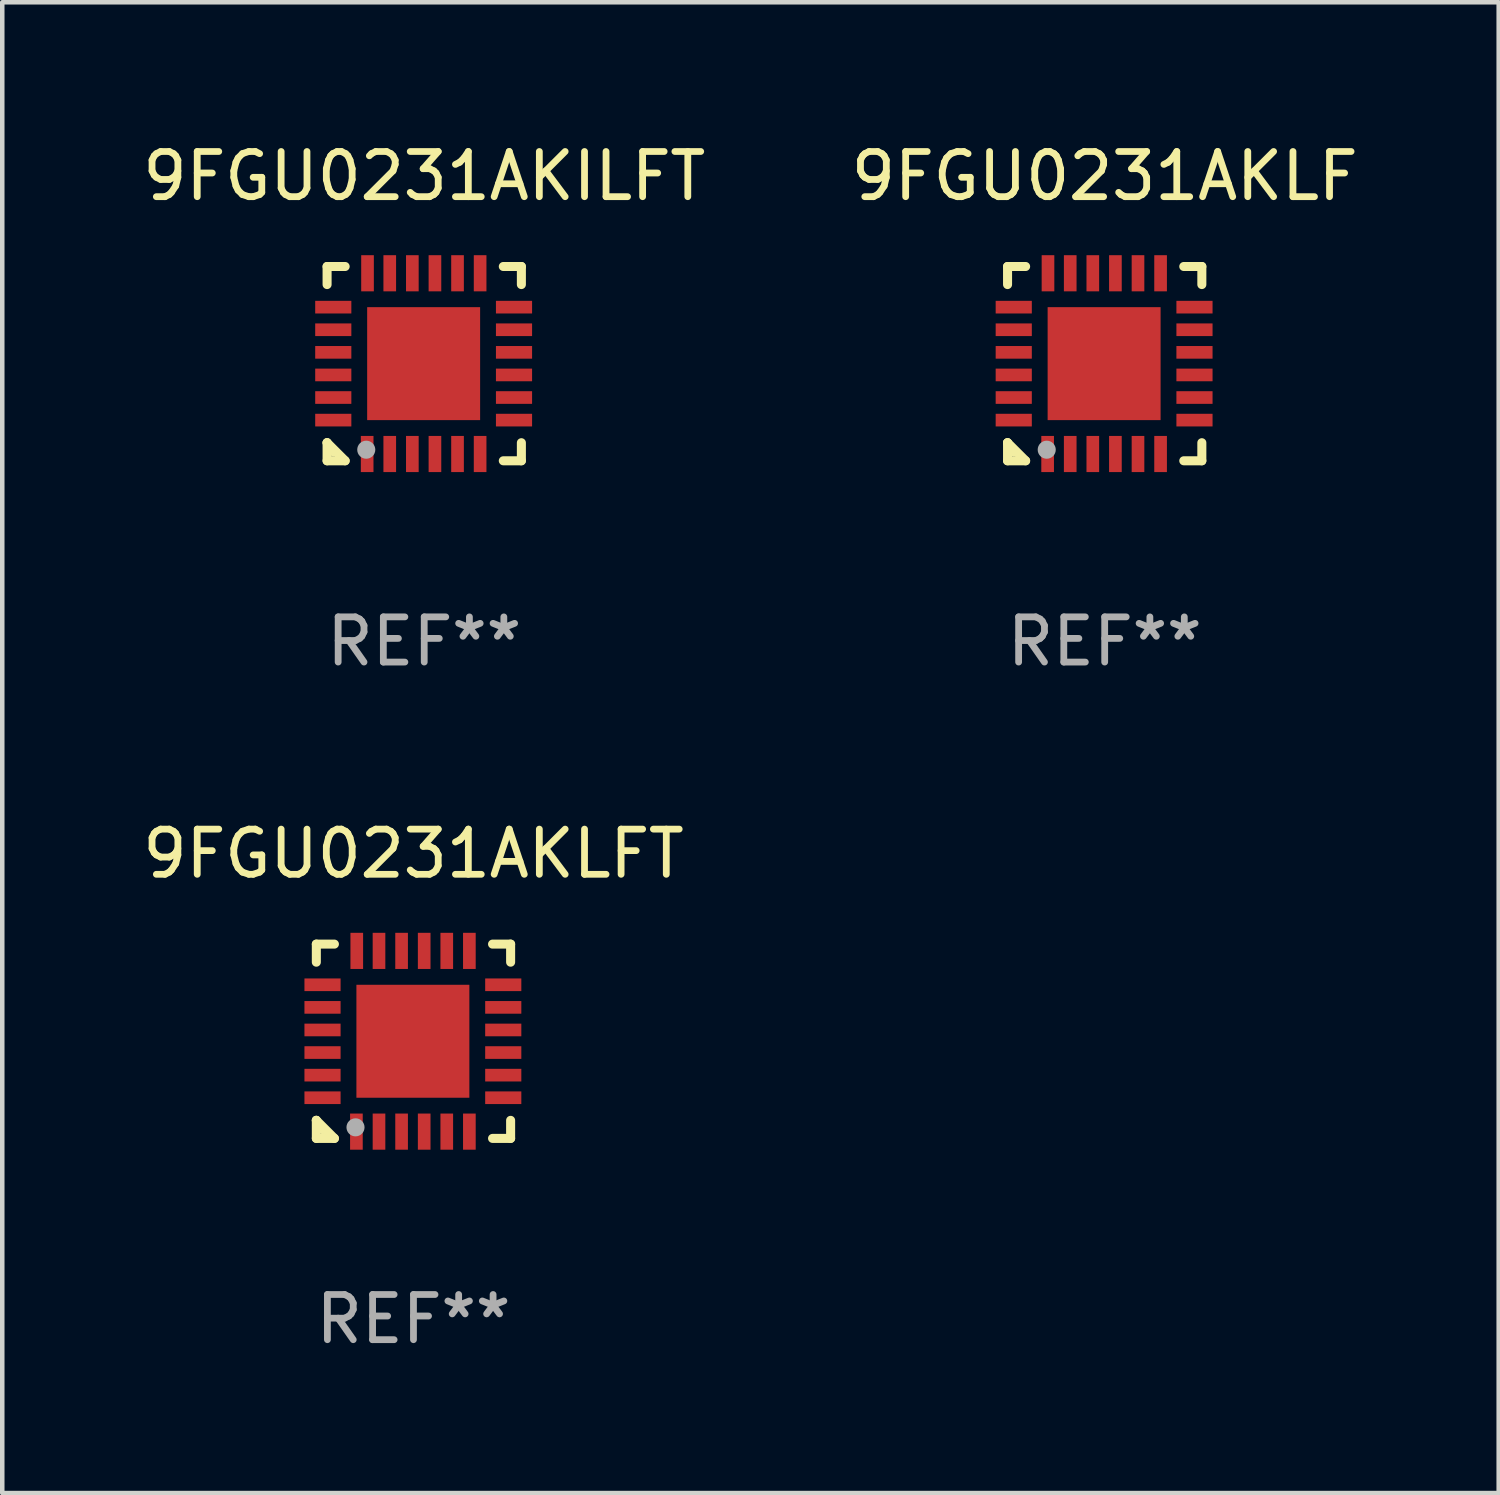
<source format=kicad_pcb>
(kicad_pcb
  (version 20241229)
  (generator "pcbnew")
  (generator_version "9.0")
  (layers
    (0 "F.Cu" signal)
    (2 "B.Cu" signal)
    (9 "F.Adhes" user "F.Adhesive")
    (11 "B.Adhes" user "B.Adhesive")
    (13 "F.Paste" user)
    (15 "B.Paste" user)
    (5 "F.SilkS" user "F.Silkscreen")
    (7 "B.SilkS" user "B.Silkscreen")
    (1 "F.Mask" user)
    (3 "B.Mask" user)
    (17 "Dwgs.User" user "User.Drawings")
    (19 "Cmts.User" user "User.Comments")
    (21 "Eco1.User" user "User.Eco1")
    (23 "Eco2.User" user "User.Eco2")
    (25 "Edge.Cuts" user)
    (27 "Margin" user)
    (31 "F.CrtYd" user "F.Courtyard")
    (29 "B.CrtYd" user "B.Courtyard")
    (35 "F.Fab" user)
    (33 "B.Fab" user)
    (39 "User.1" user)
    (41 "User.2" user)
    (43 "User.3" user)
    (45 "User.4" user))
  (footprint "9FGU0231AKLFT"
    (layer "F.Cu")
    (at 6.101 19.995)
    (property "Reference" "9FGU0231AKLFT" (at 0 -4.15 0) (layer "F.SilkS") (effects (font (size 1 1) (thickness 0.15))))
    (attr through_hole)
    (fp_line (start -2.15 -2.15) (end -1.75 -2.15) (stroke (width 0.2) (type solid)) (layer "F.SilkS"))
    (fp_line (start -2.15 -1.75) (end -2.15 -2.15) (stroke (width 0.2) (type solid)) (layer "F.SilkS"))
    (fp_line (start -2.15 1.75) (end -2.15 1.75) (stroke (width 0.2) (type solid)) (layer "F.SilkS"))
    (fp_line (start -2.15 1.75) (end -1.75 2.15) (stroke (width 0.2) (type solid)) (layer "F.SilkS"))
    (fp_line (start -2.15 2.15) (end -2.15 1.75) (stroke (width 0.2) (type solid)) (layer "F.SilkS"))
    (fp_line (start -1.75 2.15) (end -2.15 2.15) (stroke (width 0.2) (type solid)) (layer "F.SilkS"))
    (fp_line (start 2.15 -2.15) (end 1.75 -2.15) (stroke (width 0.2) (type solid)) (layer "F.SilkS"))
    (fp_line (start 2.15 -1.75) (end 2.15 -2.15) (stroke (width 0.2) (type solid)) (layer "F.SilkS"))
    (fp_line (start 2.15 1.75) (end 2.15 2.15) (stroke (width 0.2) (type solid)) (layer "F.SilkS"))
    (fp_line (start 2.15 2.15) (end 1.75 2.15) (stroke (width 0.2) (type solid)) (layer "F.SilkS"))
    (fp_circle (center -2.013 2) (end -1.983 2) (stroke (width 0.06) (type solid)) (fill no) (layer "F.SilkS"))
    (fp_circle (center -1.283 1.905) (end -1.183 1.905) (stroke (width 0.2) (type solid)) (fill no) (layer "F.Fab"))
    (fp_text user "REF**" (at 0 6.15 0) (layer "F.Fab") (effects (font (size 1 1) (thickness 0.15))))
    (pad "1" smd rect (at -1.263 2 180) (size 0.28 0.8) (layers "F.Cu" "F.Mask" "F.Paste"))
    (pad "2" smd rect (at -0.763 2 180) (size 0.28 0.8) (layers "F.Cu" "F.Mask" "F.Paste"))
    (pad "3" smd rect (at -0.263 2 180) (size 0.28 0.8) (layers "F.Cu" "F.Mask" "F.Paste"))
    (pad "4" smd rect (at 0.237 2 180) (size 0.28 0.8) (layers "F.Cu" "F.Mask" "F.Paste"))
    (pad "5" smd rect (at 0.737 2 180) (size 0.28 0.8) (layers "F.Cu" "F.Mask" "F.Paste"))
    (pad "6" smd rect (at 1.237 2 180) (size 0.28 0.8) (layers "F.Cu" "F.Mask" "F.Paste"))
    (pad "7" smd rect (at 1.987 1.25 90) (size 0.28 0.8) (layers "F.Cu" "F.Mask" "F.Paste"))
    (pad "8" smd rect (at 1.987 0.75 90) (size 0.28 0.8) (layers "F.Cu" "F.Mask" "F.Paste"))
    (pad "9" smd rect (at 1.987 0.25 90) (size 0.28 0.8) (layers "F.Cu" "F.Mask" "F.Paste"))
    (pad "10" smd rect (at 1.987 -0.25 90) (size 0.28 0.8) (layers "F.Cu" "F.Mask" "F.Paste"))
    (pad "11" smd rect (at 1.987 -0.75 90) (size 0.28 0.8) (layers "F.Cu" "F.Mask" "F.Paste"))
    (pad "12" smd rect (at 1.987 -1.25 90) (size 0.28 0.8) (layers "F.Cu" "F.Mask" "F.Paste"))
    (pad "13" smd rect (at 1.237 -2 180) (size 0.28 0.8) (layers "F.Cu" "F.Mask" "F.Paste"))
    (pad "14" smd rect (at 0.737 -2 180) (size 0.28 0.8) (layers "F.Cu" "F.Mask" "F.Paste"))
    (pad "15" smd rect (at 0.237 -2 180) (size 0.28 0.8) (layers "F.Cu" "F.Mask" "F.Paste"))
    (pad "16" smd rect (at -0.263 -2 180) (size 0.28 0.8) (layers "F.Cu" "F.Mask" "F.Paste"))
    (pad "17" smd rect (at -0.763 -2 180) (size 0.28 0.8) (layers "F.Cu" "F.Mask" "F.Paste"))
    (pad "18" smd rect (at -1.255 -2 180) (size 0.28 0.8) (layers "F.Cu" "F.Mask" "F.Paste"))
    (pad "19" smd rect (at -2.013 -1.25 90) (size 0.28 0.8) (layers "F.Cu" "F.Mask" "F.Paste"))
    (pad "20" smd rect (at -2.013 -0.75 90) (size 0.28 0.8) (layers "F.Cu" "F.Mask" "F.Paste"))
    (pad "21" smd rect (at -2.013 -0.25 90) (size 0.28 0.8) (layers "F.Cu" "F.Mask" "F.Paste"))
    (pad "22" smd rect (at -2.013 0.25 90) (size 0.28 0.8) (layers "F.Cu" "F.Mask" "F.Paste"))
    (pad "23" smd rect (at -2.013 0.75 90) (size 0.28 0.8) (layers "F.Cu" "F.Mask" "F.Paste"))
    (pad "24" smd rect (at -2.013 1.25 90) (size 0.28 0.8) (layers "F.Cu" "F.Mask" "F.Paste"))
    (pad "25" smd rect (at -0.013 0 90) (size 2.5 2.5) (layers "F.Cu" "F.Mask" "F.Paste")))
  (footprint "9FGU0231AKLF"
    (layer "F.Cu")
    (at 21.399 4.998)
    (property "Reference" "9FGU0231AKLF" (at 0 -4.15 0) (layer "F.SilkS") (effects (font (size 1 1) (thickness 0.15))))
    (attr through_hole)
    (fp_line (start -2.15 -2.15) (end -1.75 -2.15) (stroke (width 0.2) (type solid)) (layer "F.SilkS"))
    (fp_line (start -2.15 -1.75) (end -2.15 -2.15) (stroke (width 0.2) (type solid)) (layer "F.SilkS"))
    (fp_line (start -2.15 1.75) (end -2.15 1.75) (stroke (width 0.2) (type solid)) (layer "F.SilkS"))
    (fp_line (start -2.15 1.75) (end -1.75 2.15) (stroke (width 0.2) (type solid)) (layer "F.SilkS"))
    (fp_line (start -2.15 2.15) (end -2.15 1.75) (stroke (width 0.2) (type solid)) (layer "F.SilkS"))
    (fp_line (start -1.75 2.15) (end -2.15 2.15) (stroke (width 0.2) (type solid)) (layer "F.SilkS"))
    (fp_line (start 2.15 -2.15) (end 1.75 -2.15) (stroke (width 0.2) (type solid)) (layer "F.SilkS"))
    (fp_line (start 2.15 -1.75) (end 2.15 -2.15) (stroke (width 0.2) (type solid)) (layer "F.SilkS"))
    (fp_line (start 2.15 1.75) (end 2.15 2.15) (stroke (width 0.2) (type solid)) (layer "F.SilkS"))
    (fp_line (start 2.15 2.15) (end 1.75 2.15) (stroke (width 0.2) (type solid)) (layer "F.SilkS"))
    (fp_circle (center -2.013 2) (end -1.983 2) (stroke (width 0.06) (type solid)) (fill no) (layer "F.SilkS"))
    (fp_circle (center -1.283 1.905) (end -1.183 1.905) (stroke (width 0.2) (type solid)) (fill no) (layer "F.Fab"))
    (fp_text user "REF**" (at 0 6.15 0) (layer "F.Fab") (effects (font (size 1 1) (thickness 0.15))))
    (pad "1" smd rect (at -1.263 2 180) (size 0.28 0.8) (layers "F.Cu" "F.Mask" "F.Paste"))
    (pad "2" smd rect (at -0.763 2 180) (size 0.28 0.8) (layers "F.Cu" "F.Mask" "F.Paste"))
    (pad "3" smd rect (at -0.263 2 180) (size 0.28 0.8) (layers "F.Cu" "F.Mask" "F.Paste"))
    (pad "4" smd rect (at 0.237 2 180) (size 0.28 0.8) (layers "F.Cu" "F.Mask" "F.Paste"))
    (pad "5" smd rect (at 0.737 2 180) (size 0.28 0.8) (layers "F.Cu" "F.Mask" "F.Paste"))
    (pad "6" smd rect (at 1.237 2 180) (size 0.28 0.8) (layers "F.Cu" "F.Mask" "F.Paste"))
    (pad "7" smd rect (at 1.987 1.25 90) (size 0.28 0.8) (layers "F.Cu" "F.Mask" "F.Paste"))
    (pad "8" smd rect (at 1.987 0.75 90) (size 0.28 0.8) (layers "F.Cu" "F.Mask" "F.Paste"))
    (pad "9" smd rect (at 1.987 0.25 90) (size 0.28 0.8) (layers "F.Cu" "F.Mask" "F.Paste"))
    (pad "10" smd rect (at 1.987 -0.25 90) (size 0.28 0.8) (layers "F.Cu" "F.Mask" "F.Paste"))
    (pad "11" smd rect (at 1.987 -0.75 90) (size 0.28 0.8) (layers "F.Cu" "F.Mask" "F.Paste"))
    (pad "12" smd rect (at 1.987 -1.25 90) (size 0.28 0.8) (layers "F.Cu" "F.Mask" "F.Paste"))
    (pad "13" smd rect (at 1.237 -2 180) (size 0.28 0.8) (layers "F.Cu" "F.Mask" "F.Paste"))
    (pad "14" smd rect (at 0.737 -2 180) (size 0.28 0.8) (layers "F.Cu" "F.Mask" "F.Paste"))
    (pad "15" smd rect (at 0.237 -2 180) (size 0.28 0.8) (layers "F.Cu" "F.Mask" "F.Paste"))
    (pad "16" smd rect (at -0.263 -2 180) (size 0.28 0.8) (layers "F.Cu" "F.Mask" "F.Paste"))
    (pad "17" smd rect (at -0.763 -2 180) (size 0.28 0.8) (layers "F.Cu" "F.Mask" "F.Paste"))
    (pad "18" smd rect (at -1.255 -2 180) (size 0.28 0.8) (layers "F.Cu" "F.Mask" "F.Paste"))
    (pad "19" smd rect (at -2.013 -1.25 90) (size 0.28 0.8) (layers "F.Cu" "F.Mask" "F.Paste"))
    (pad "20" smd rect (at -2.013 -0.75 90) (size 0.28 0.8) (layers "F.Cu" "F.Mask" "F.Paste"))
    (pad "21" smd rect (at -2.013 -0.25 90) (size 0.28 0.8) (layers "F.Cu" "F.Mask" "F.Paste"))
    (pad "22" smd rect (at -2.013 0.25 90) (size 0.28 0.8) (layers "F.Cu" "F.Mask" "F.Paste"))
    (pad "23" smd rect (at -2.013 0.75 90) (size 0.28 0.8) (layers "F.Cu" "F.Mask" "F.Paste"))
    (pad "24" smd rect (at -2.013 1.25 90) (size 0.28 0.8) (layers "F.Cu" "F.Mask" "F.Paste"))
    (pad "25" smd rect (at -0.013 0 90) (size 2.5 2.5) (layers "F.Cu" "F.Mask" "F.Paste")))
  (footprint "9FGU0231AKILFT"
    (layer "F.Cu")
    (at 6.339 4.998)
    (property "Reference" "9FGU0231AKILFT" (at 0 -4.15 0) (layer "F.SilkS") (effects (font (size 1 1) (thickness 0.15))))
    (attr through_hole)
    (fp_line (start -2.15 -2.15) (end -1.75 -2.15) (stroke (width 0.2) (type solid)) (layer "F.SilkS"))
    (fp_line (start -2.15 -1.75) (end -2.15 -2.15) (stroke (width 0.2) (type solid)) (layer "F.SilkS"))
    (fp_line (start -2.15 1.75) (end -2.15 1.75) (stroke (width 0.2) (type solid)) (layer "F.SilkS"))
    (fp_line (start -2.15 1.75) (end -1.75 2.15) (stroke (width 0.2) (type solid)) (layer "F.SilkS"))
    (fp_line (start -2.15 2.15) (end -2.15 1.75) (stroke (width 0.2) (type solid)) (layer "F.SilkS"))
    (fp_line (start -1.75 2.15) (end -2.15 2.15) (stroke (width 0.2) (type solid)) (layer "F.SilkS"))
    (fp_line (start 2.15 -2.15) (end 1.75 -2.15) (stroke (width 0.2) (type solid)) (layer "F.SilkS"))
    (fp_line (start 2.15 -1.75) (end 2.15 -2.15) (stroke (width 0.2) (type solid)) (layer "F.SilkS"))
    (fp_line (start 2.15 1.75) (end 2.15 2.15) (stroke (width 0.2) (type solid)) (layer "F.SilkS"))
    (fp_line (start 2.15 2.15) (end 1.75 2.15) (stroke (width 0.2) (type solid)) (layer "F.SilkS"))
    (fp_circle (center -2.013 2) (end -1.983 2) (stroke (width 0.06) (type solid)) (fill no) (layer "F.SilkS"))
    (fp_circle (center -1.283 1.905) (end -1.183 1.905) (stroke (width 0.2) (type solid)) (fill no) (layer "F.Fab"))
    (fp_text user "REF**" (at 0 6.15 0) (layer "F.Fab") (effects (font (size 1 1) (thickness 0.15))))
    (pad "1" smd rect (at -1.263 2 180) (size 0.28 0.8) (layers "F.Cu" "F.Mask" "F.Paste"))
    (pad "2" smd rect (at -0.763 2 180) (size 0.28 0.8) (layers "F.Cu" "F.Mask" "F.Paste"))
    (pad "3" smd rect (at -0.263 2 180) (size 0.28 0.8) (layers "F.Cu" "F.Mask" "F.Paste"))
    (pad "4" smd rect (at 0.237 2 180) (size 0.28 0.8) (layers "F.Cu" "F.Mask" "F.Paste"))
    (pad "5" smd rect (at 0.737 2 180) (size 0.28 0.8) (layers "F.Cu" "F.Mask" "F.Paste"))
    (pad "6" smd rect (at 1.237 2 180) (size 0.28 0.8) (layers "F.Cu" "F.Mask" "F.Paste"))
    (pad "7" smd rect (at 1.987 1.25 90) (size 0.28 0.8) (layers "F.Cu" "F.Mask" "F.Paste"))
    (pad "8" smd rect (at 1.987 0.75 90) (size 0.28 0.8) (layers "F.Cu" "F.Mask" "F.Paste"))
    (pad "9" smd rect (at 1.987 0.25 90) (size 0.28 0.8) (layers "F.Cu" "F.Mask" "F.Paste"))
    (pad "10" smd rect (at 1.987 -0.25 90) (size 0.28 0.8) (layers "F.Cu" "F.Mask" "F.Paste"))
    (pad "11" smd rect (at 1.987 -0.75 90) (size 0.28 0.8) (layers "F.Cu" "F.Mask" "F.Paste"))
    (pad "12" smd rect (at 1.987 -1.25 90) (size 0.28 0.8) (layers "F.Cu" "F.Mask" "F.Paste"))
    (pad "13" smd rect (at 1.237 -2 180) (size 0.28 0.8) (layers "F.Cu" "F.Mask" "F.Paste"))
    (pad "14" smd rect (at 0.737 -2 180) (size 0.28 0.8) (layers "F.Cu" "F.Mask" "F.Paste"))
    (pad "15" smd rect (at 0.237 -2 180) (size 0.28 0.8) (layers "F.Cu" "F.Mask" "F.Paste"))
    (pad "16" smd rect (at -0.263 -2 180) (size 0.28 0.8) (layers "F.Cu" "F.Mask" "F.Paste"))
    (pad "17" smd rect (at -0.763 -2 180) (size 0.28 0.8) (layers "F.Cu" "F.Mask" "F.Paste"))
    (pad "18" smd rect (at -1.255 -2 180) (size 0.28 0.8) (layers "F.Cu" "F.Mask" "F.Paste"))
    (pad "19" smd rect (at -2.013 -1.25 90) (size 0.28 0.8) (layers "F.Cu" "F.Mask" "F.Paste"))
    (pad "20" smd rect (at -2.013 -0.75 90) (size 0.28 0.8) (layers "F.Cu" "F.Mask" "F.Paste"))
    (pad "21" smd rect (at -2.013 -0.25 90) (size 0.28 0.8) (layers "F.Cu" "F.Mask" "F.Paste"))
    (pad "22" smd rect (at -2.013 0.25 90) (size 0.28 0.8) (layers "F.Cu" "F.Mask" "F.Paste"))
    (pad "23" smd rect (at -2.013 0.75 90) (size 0.28 0.8) (layers "F.Cu" "F.Mask" "F.Paste"))
    (pad "24" smd rect (at -2.013 1.25 90) (size 0.28 0.8) (layers "F.Cu" "F.Mask" "F.Paste"))
    (pad "25" smd rect (at -0.013 0 90) (size 2.5 2.5) (layers "F.Cu" "F.Mask" "F.Paste")))
  (gr_rect
    (start -3 -3)
    (end 30.119 29.994)
    (stroke (width 0.1) (type default))
    (fill no)
    (layer "Edge.Cuts")))
</source>
